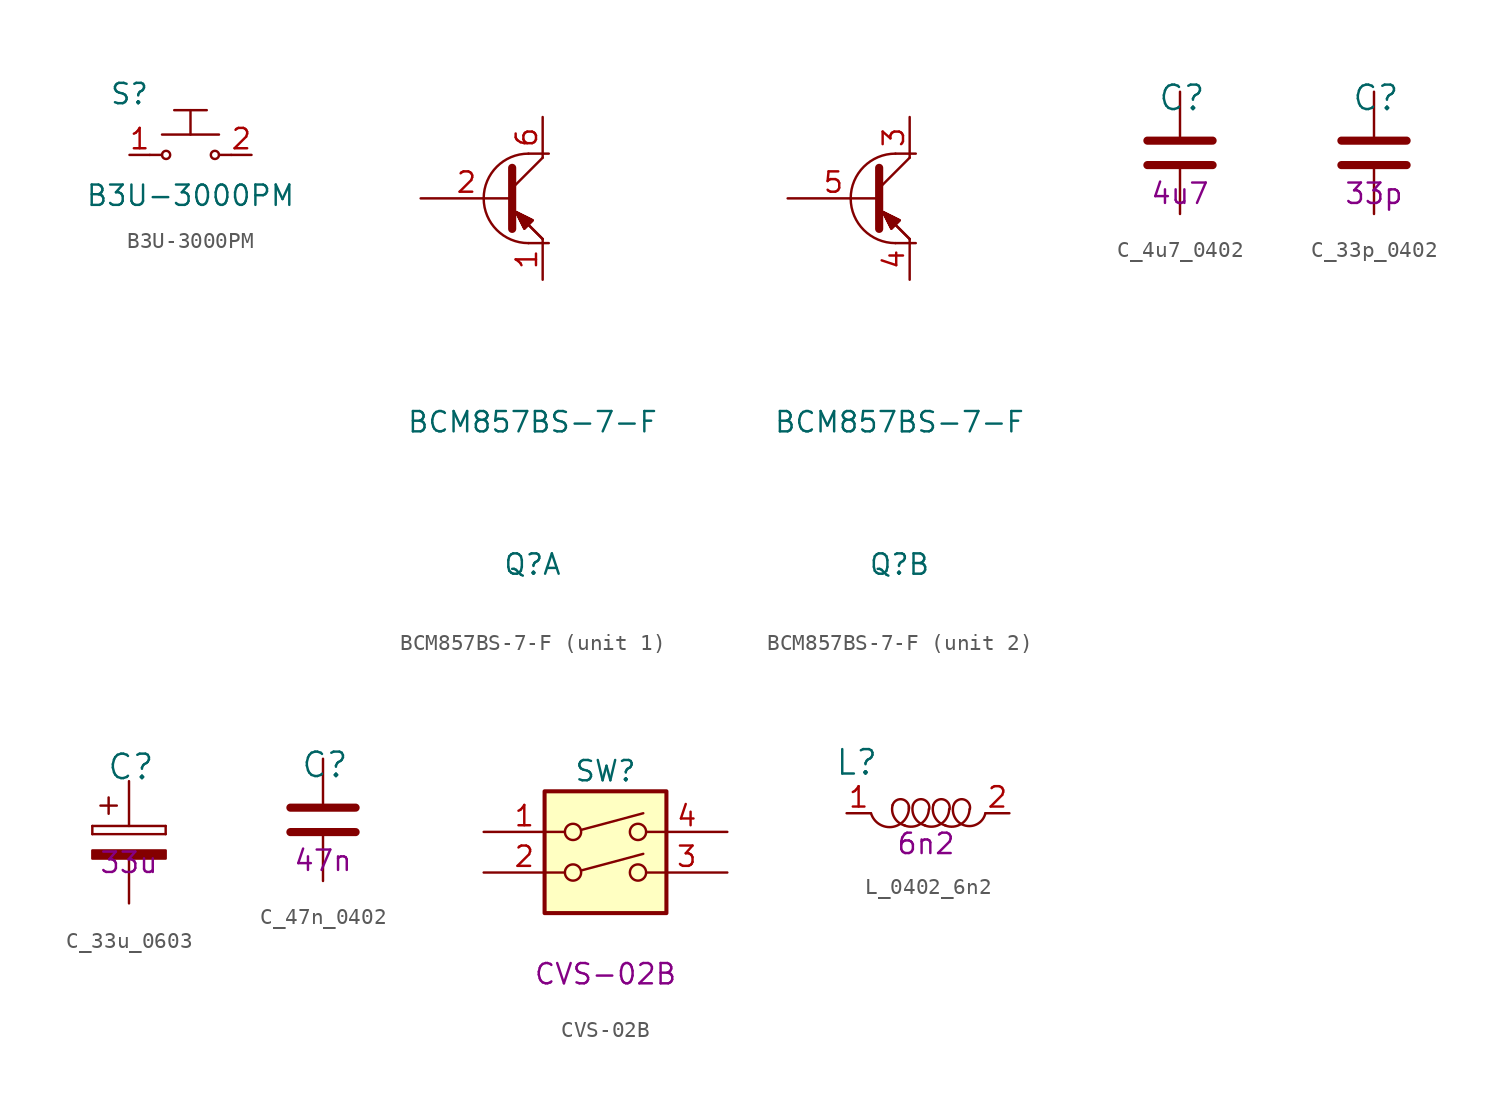
<source format=kicad_sym>
(kicad_symbol_lib
  (version 20211014)
  (generator kicad_symbol_editor)
  (symbol "B3U-3000PM"
    (pin_names
      (offset 1.016))
    (property "Reference" "S"
      (at -3.81 3.81 0)
      (effects (font (size 1.27 1.27))))
    (property "Value" "B3U-3000PM"
      (at 0 -2.54 0)
      (effects (font (size 1.27 1.27))))
    (symbol "B3U-3000PM_0_1"
      (circle (center -1.524 0) (radius 0.254) (stroke (width 0) (type default) (color 0 0 0 0)) (fill (type none)))
      (polyline (pts (xy -2.54 0) (xy -1.778 0)) (stroke (width 0) (type default) (color 0 0 0 0)) (fill (type none)))
      (polyline (pts (xy -1.778 1.27) (xy 1.778 1.27)) (stroke (width 0) (type default) (color 0 0 0 0)) (fill (type none)))
      (polyline (pts (xy -1.016 2.794) (xy 1.016 2.794)) (stroke (width 0) (type default) (color 0 0 0 0)) (fill (type none)))
      (polyline (pts (xy 0 1.27) (xy 0 2.794)) (stroke (width 0) (type default) (color 0 0 0 0)) (fill (type none)))
      (polyline (pts (xy 2.54 0) (xy 1.778 0)) (stroke (width 0) (type default) (color 0 0 0 0)) (fill (type none)))
      (circle (center 1.524 0) (radius 0.254) (stroke (width 0) (type default) (color 0 0 0 0)) (fill (type none))))
    (symbol "B3U-3000PM_1_1"
      (pin passive line (at -3.81 0 0) (length 1.27) (name "~" (effects (font (size 1.27 1.27)))) (number "1" (effects (font (size 1.27 1.27)))))
      (pin passive line (at 3.81 0 180) (length 1.27) (name "~" (effects (font (size 1.27 1.27)))) (number "2" (effects (font (size 1.27 1.27)))))))
  (symbol "BCM857BS-7-F"
    (pin_names
      (offset 1.016))
    (property "Reference" "Q"
      (at 0 -22.86 0)
      (effects (font (size 1.27 1.27))))
    (property "Value" "BCM857BS-7-F"
      (at 0 -13.97 0)
      (effects (font (size 1.27 1.27))))
    (symbol "BCM857BS-7-F_0_1"
      (arc (start -3.048 0) (mid -2.2297 -1.9757) (end -0.254 -2.794) (stroke (width 0) (type default) (color 0 0 0 0)) (fill (type none)))
      (arc (start -0.254 2.794) (mid -2.2297 1.9757) (end -3.048 0) (stroke (width 0) (type default) (color 0 0 0 0)) (fill (type none)))
      (polyline (pts (xy -0.254 -2.794) (xy 1.016 -2.794)) (stroke (width 0) (type default) (color 0 0 0 0)) (fill (type none)))
      (polyline (pts (xy -0.254 2.794) (xy 1.016 2.794)) (stroke (width 0) (type default) (color 0 0 0 0)) (fill (type none))))
    (symbol "BCM857BS-7-F_1_1"
      (polyline (pts (xy -1.27 0.635) (xy 0.635 2.54)) (stroke (width 0) (type default) (color 0 0 0 0)) (fill (type none)))
      (polyline (pts (xy -1.27 -0.635) (xy 0.635 -2.54) (xy 0.635 -2.54)) (stroke (width 0) (type default) (color 0 0 0 0)) (fill (type none)))
      (polyline (pts (xy -1.27 -0.635) (xy 0.635 -2.54) (xy 0.635 -2.54)) (stroke (width 0) (type default) (color 0 0 0 0)) (fill (type none)))
      (polyline (pts (xy -1.27 1.905) (xy -1.27 -1.905) (xy -1.27 -1.905)) (stroke (width 0.508) (type default) (color 0 0 0 0)) (fill (type none)))
      (polyline (pts (xy -0.508 -1.88) (xy 0 -1.372) (xy -1.016 -0.864) (xy -0.508 -1.88) (xy -0.508 -1.88)) (stroke (width 0) (type default) (color 0 0 0 0)) (fill (type outline)))
      (polyline (pts (xy -0.508 -1.88) (xy 0 -1.372) (xy -1.016 -0.864) (xy -0.508 -1.88) (xy -0.508 -1.88)) (stroke (width 0) (type default) (color 0 0 0 0)) (fill (type outline)))
      (polyline (pts (xy -0.508 -1.88) (xy 0 -1.372) (xy -1.016 -0.864) (xy -0.508 -1.88) (xy -0.508 -1.88)) (stroke (width 0) (type default) (color 0 0 0 0)) (fill (type outline)))
      (polyline (pts (xy -0.508 -1.88) (xy 0 -1.372) (xy -1.016 -0.864) (xy -0.508 -1.88) (xy -0.508 -1.88)) (stroke (width 0) (type default) (color 0 0 0 0)) (fill (type outline)))
      (pin passive line (at 0.635 -5.08 90) (length 2.54) (name "~" (effects (font (size 1.27 1.27)))) (number "1" (effects (font (size 1.27 1.27)))))
      (pin input line (at -6.985 0 0) (length 5.715) (name "~" (effects (font (size 1.27 1.27)))) (number "2" (effects (font (size 1.27 1.27)))))
      (pin passive line (at 0.635 5.08 270) (length 2.54) (name "~" (effects (font (size 1.27 1.27)))) (number "6" (effects (font (size 1.27 1.27))))))
    (symbol "BCM857BS-7-F_2_1"
      (polyline (pts (xy -1.27 0.635) (xy 0.635 2.54)) (stroke (width 0) (type default) (color 0 0 0 0)) (fill (type none)))
      (polyline (pts (xy -1.27 -0.635) (xy 0.635 -2.54) (xy 0.635 -2.54)) (stroke (width 0) (type default) (color 0 0 0 0)) (fill (type none)))
      (polyline (pts (xy -1.27 -0.635) (xy 0.635 -2.54) (xy 0.635 -2.54)) (stroke (width 0) (type default) (color 0 0 0 0)) (fill (type none)))
      (polyline (pts (xy -1.27 1.905) (xy -1.27 -1.905) (xy -1.27 -1.905)) (stroke (width 0.508) (type default) (color 0 0 0 0)) (fill (type none)))
      (polyline (pts (xy -0.508 -1.88) (xy 0 -1.372) (xy -1.016 -0.864) (xy -0.508 -1.88) (xy -0.508 -1.88)) (stroke (width 0) (type default) (color 0 0 0 0)) (fill (type outline)))
      (polyline (pts (xy -0.508 -1.88) (xy 0 -1.372) (xy -1.016 -0.864) (xy -0.508 -1.88) (xy -0.508 -1.88)) (stroke (width 0) (type default) (color 0 0 0 0)) (fill (type outline)))
      (polyline (pts (xy -0.508 -1.88) (xy 0 -1.372) (xy -1.016 -0.864) (xy -0.508 -1.88) (xy -0.508 -1.88)) (stroke (width 0) (type default) (color 0 0 0 0)) (fill (type outline)))
      (polyline (pts (xy -0.508 -1.88) (xy 0 -1.372) (xy -1.016 -0.864) (xy -0.508 -1.88) (xy -0.508 -1.88)) (stroke (width 0) (type default) (color 0 0 0 0)) (fill (type outline)))
      (pin passive line (at 0.635 5.08 270) (length 2.54) (name "~" (effects (font (size 1.27 1.27)))) (number "3" (effects (font (size 1.27 1.27)))))
      (pin passive line (at 0.635 -5.08 90) (length 2.54) (name "~" (effects (font (size 1.27 1.27)))) (number "4" (effects (font (size 1.27 1.27)))))
      (pin input line (at -6.985 0 0) (length 5.715) (name "~" (effects (font (size 1.27 1.27)))) (number "5" (effects (font (size 1.27 1.27)))))))
  (symbol "C_4u7_0402"
    (pin_names
      (offset 0))
    (property "Reference" "C"
      (at -1.397 3.429 0)
      (effects (font (size 1.524 1.524)) (justify left)))
    (property "Val" "4u7"
      (at 0 -2.54 0)
      (effects (font (size 1.27 1.27))))
    (symbol "C_4u7_0402_1_1"
      (polyline (pts (xy -2.032 -0.762) (xy 2.032 -0.762)) (stroke (width 0.508) (type default) (color 0 0 0 0)) (fill (type none)))
      (polyline (pts (xy -2.032 0.762) (xy 2.032 0.762)) (stroke (width 0.508) (type default) (color 0 0 0 0)) (fill (type none)))
      (pin passive line (at 0 3.81 270) (length 2.794) (name "~" (effects (font (size 0 0)))) (number "1" (effects (font (size 0 0)))))
      (pin passive line (at 0 -3.81 90) (length 2.794) (name "~" (effects (font (size 0 0)))) (number "2" (effects (font (size 0 0)))))))
  (symbol "C_33p_0402"
    (pin_names
      (offset 0))
    (property "Reference" "C"
      (at -1.397 3.429 0)
      (effects (font (size 1.524 1.524)) (justify left)))
    (property "Val" "33p"
      (at 0 -2.54 0)
      (effects (font (size 1.27 1.27))))
    (symbol "C_33p_0402_1_1"
      (polyline (pts (xy -2.032 -0.762) (xy 2.032 -0.762)) (stroke (width 0.508) (type default) (color 0 0 0 0)) (fill (type none)))
      (polyline (pts (xy -2.032 0.762) (xy 2.032 0.762)) (stroke (width 0.508) (type default) (color 0 0 0 0)) (fill (type none)))
      (pin passive line (at 0 3.81 270) (length 2.794) (name "~" (effects (font (size 0 0)))) (number "1" (effects (font (size 0 0)))))
      (pin passive line (at 0 -3.81 90) (length 2.794) (name "~" (effects (font (size 0 0)))) (number "2" (effects (font (size 0 0)))))))
  (symbol "C_33u_0603"
    (pin_names
      (offset 0))
    (property "Reference" "C"
      (at -1.397 3.429 0)
      (effects (font (size 1.524 1.524)) (justify left)))
    (property "Val" "33u"
      (at 0 -2.54 0)
      (effects (font (size 1.27 1.27))))
    (symbol "C_33u_0603_1_1"
      (rectangle (start -2.286 -0.762) (end -2.286 -0.254) (stroke (width 0) (type default) (color 0 0 0 0)) (fill (type none)))
      (rectangle (start -2.286 -0.762) (end 2.286 -0.762) (stroke (width 0) (type default) (color 0 0 0 0)) (fill (type none)))
      (polyline (pts (xy -1.778 1.016) (xy -0.762 1.016)) (stroke (width 0) (type default) (color 0 0 0 0)) (fill (type none)))
      (polyline (pts (xy -1.27 1.524) (xy -1.27 0.508)) (stroke (width 0) (type default) (color 0 0 0 0)) (fill (type none)))
      (rectangle (start 2.286 -1.778) (end -2.286 -2.286) (stroke (width 0) (type default) (color 0 0 0 0)) (fill (type outline)))
      (rectangle (start 2.286 -0.254) (end -2.286 -0.254) (stroke (width 0) (type default) (color 0 0 0 0)) (fill (type none)))
      (rectangle (start 2.286 -0.254) (end 2.286 -0.762) (stroke (width 0) (type default) (color 0 0 0 0)) (fill (type none)))
      (pin passive line (at 0 2.54 270) (length 2.794) (name "~" (effects (font (size 0 0)))) (number "1" (effects (font (size 0 0)))))
      (pin passive line (at 0 -5.08 90) (length 2.794) (name "~" (effects (font (size 0 0)))) (number "2" (effects (font (size 0 0)))))))
  (symbol "C_47n_0402"
    (pin_names
      (offset 0))
    (property "Reference" "C"
      (at -1.397 3.429 0)
      (effects (font (size 1.524 1.524)) (justify left)))
    (property "Val" "47n"
      (at 0 -2.54 0)
      (effects (font (size 1.27 1.27))))
    (symbol "C_47n_0402_1_1"
      (polyline (pts (xy -2.032 -0.762) (xy 2.032 -0.762)) (stroke (width 0.508) (type default) (color 0 0 0 0)) (fill (type none)))
      (polyline (pts (xy -2.032 0.762) (xy 2.032 0.762)) (stroke (width 0.508) (type default) (color 0 0 0 0)) (fill (type none)))
      (pin passive line (at 0 3.81 270) (length 2.794) (name "~" (effects (font (size 0 0)))) (number "1" (effects (font (size 0 0)))))
      (pin passive line (at 0 -3.81 90) (length 2.794) (name "~" (effects (font (size 0 0)))) (number "2" (effects (font (size 0 0)))))))
  (symbol "CVS-02B"
    (pin_names
      (offset 0) hide)
    (property "Reference" "SW"
      (at 0 6.35 0)
      (effects (font (size 1.27 1.27))))
    (property "MPN" "CVS-02B"
      (at 0 -6.35 0)
      (effects (font (size 1.27 1.27))))
    (symbol "CVS-02B_0_0"
      (circle (center -2.032 0) (radius 0.508) (stroke (width 0) (type default) (color 0 0 0 0)) (fill (type none)))
      (circle (center -2.032 2.54) (radius 0.508) (stroke (width 0) (type default) (color 0 0 0 0)) (fill (type none)))
      (polyline (pts (xy -1.524 0.127) (xy 2.362 1.168)) (stroke (width 0) (type default) (color 0 0 0 0)) (fill (type none)))
      (polyline (pts (xy -1.524 2.667) (xy 2.362 3.708)) (stroke (width 0) (type default) (color 0 0 0 0)) (fill (type none)))
      (circle (center 2.032 0) (radius 0.508) (stroke (width 0) (type default) (color 0 0 0 0)) (fill (type none)))
      (circle (center 2.032 2.54) (radius 0.508) (stroke (width 0) (type default) (color 0 0 0 0)) (fill (type none))))
    (symbol "CVS-02B_0_1"
      (rectangle (start -3.81 5.08) (end 3.81 -2.54) (stroke (width 0.254) (type default) (color 0 0 0 0)) (fill (type background))))
    (symbol "CVS-02B_1_1"
      (pin passive line (at -7.62 2.54 0) (length 5.08) (name "~" (effects (font (size 1.27 1.27)))) (number "1" (effects (font (size 1.27 1.27)))))
      (pin passive line (at -7.62 0 0) (length 5.08) (name "~" (effects (font (size 1.27 1.27)))) (number "2" (effects (font (size 1.27 1.27)))))
      (pin passive line (at 7.62 0 180) (length 5.08) (name "~" (effects (font (size 1.27 1.27)))) (number "3" (effects (font (size 1.27 1.27)))))
      (pin passive line (at 7.62 2.54 180) (length 5.08) (name "~" (effects (font (size 1.27 1.27)))) (number "4" (effects (font (size 1.27 1.27)))))))
  (symbol "L_0402_6n2"
    (pin_names
      (offset 1.016))
    (property "Reference" "L"
      (at -4.445 3.175 0)
      (effects (font (size 1.524 1.524))))
    (property "Val" "6n2"
      (at -0.127 -1.905 0)
      (effects (font (size 1.27 1.27))))
    (symbol "L_0402_6n2_0_1"
      (arc (start -3.556 0) (mid -2.1694 -0.8461) (end -1.1938 0.4318) (stroke (width 0) (type default) (color 0 0 0 0)) (fill (type none)))
      (arc (start -2.2098 0.508) (mid -2.0918 -0.2848) (end -1.4478 -0.762) (stroke (width 0) (type default) (color 0 0 0 0)) (fill (type none)))
      (arc (start -1.4732 -0.762) (mid -0.4347 -0.6489) (end 0.0508 0.254) (stroke (width 0) (type default) (color 0 0 0 0)) (fill (type none)))
      (arc (start -1.1938 0.254) (mid -1.5764 0.8583) (end -2.2098 0.508) (stroke (width 0) (type default) (color 0 0 0 0)) (fill (type none)))
      (arc (start -0.9398 0.508) (mid -0.8218 -0.2848) (end -0.1778 -0.762) (stroke (width 0) (type default) (color 0 0 0 0)) (fill (type none)))
      (arc (start -0.2032 -0.762) (mid 0.8353 -0.6489) (end 1.3208 0.254) (stroke (width 0) (type default) (color 0 0 0 0)) (fill (type none)))
      (arc (start 0.0762 0.254) (mid -0.3064 0.8583) (end -0.9398 0.508) (stroke (width 0) (type default) (color 0 0 0 0)) (fill (type none)))
      (arc (start 0.3302 0.508) (mid 0.4482 -0.2848) (end 1.0922 -0.762) (stroke (width 0) (type default) (color 0 0 0 0)) (fill (type none)))
      (arc (start 1.0668 -0.762) (mid 2.1053 -0.6489) (end 2.5908 0.254) (stroke (width 0) (type default) (color 0 0 0 0)) (fill (type none)))
      (arc (start 1.3462 0.254) (mid 0.9636 0.8583) (end 0.3302 0.508) (stroke (width 0) (type default) (color 0 0 0 0)) (fill (type none)))
      (arc (start 1.5748 0.4318) (mid 2.3727 -0.7843) (end 3.5814 0) (stroke (width 0) (type default) (color 0 0 0 0)) (fill (type none)))
      (arc (start 2.6162 0.254) (mid 2.2336 0.8583) (end 1.6002 0.508) (stroke (width 0) (type default) (color 0 0 0 0)) (fill (type none))))
    (symbol "L_0402_6n2_1_1"
      (pin passive line (at -5.08 0 0) (length 1.499) (name "~" (effects (font (size 1.27 1.27)))) (number "1" (effects (font (size 1.27 1.27)))))
      (pin passive line (at 5.08 0 180) (length 1.499) (name "~" (effects (font (size 1.27 1.27)))) (number "2" (effects (font (size 1.27 1.27))))))))
</source>
